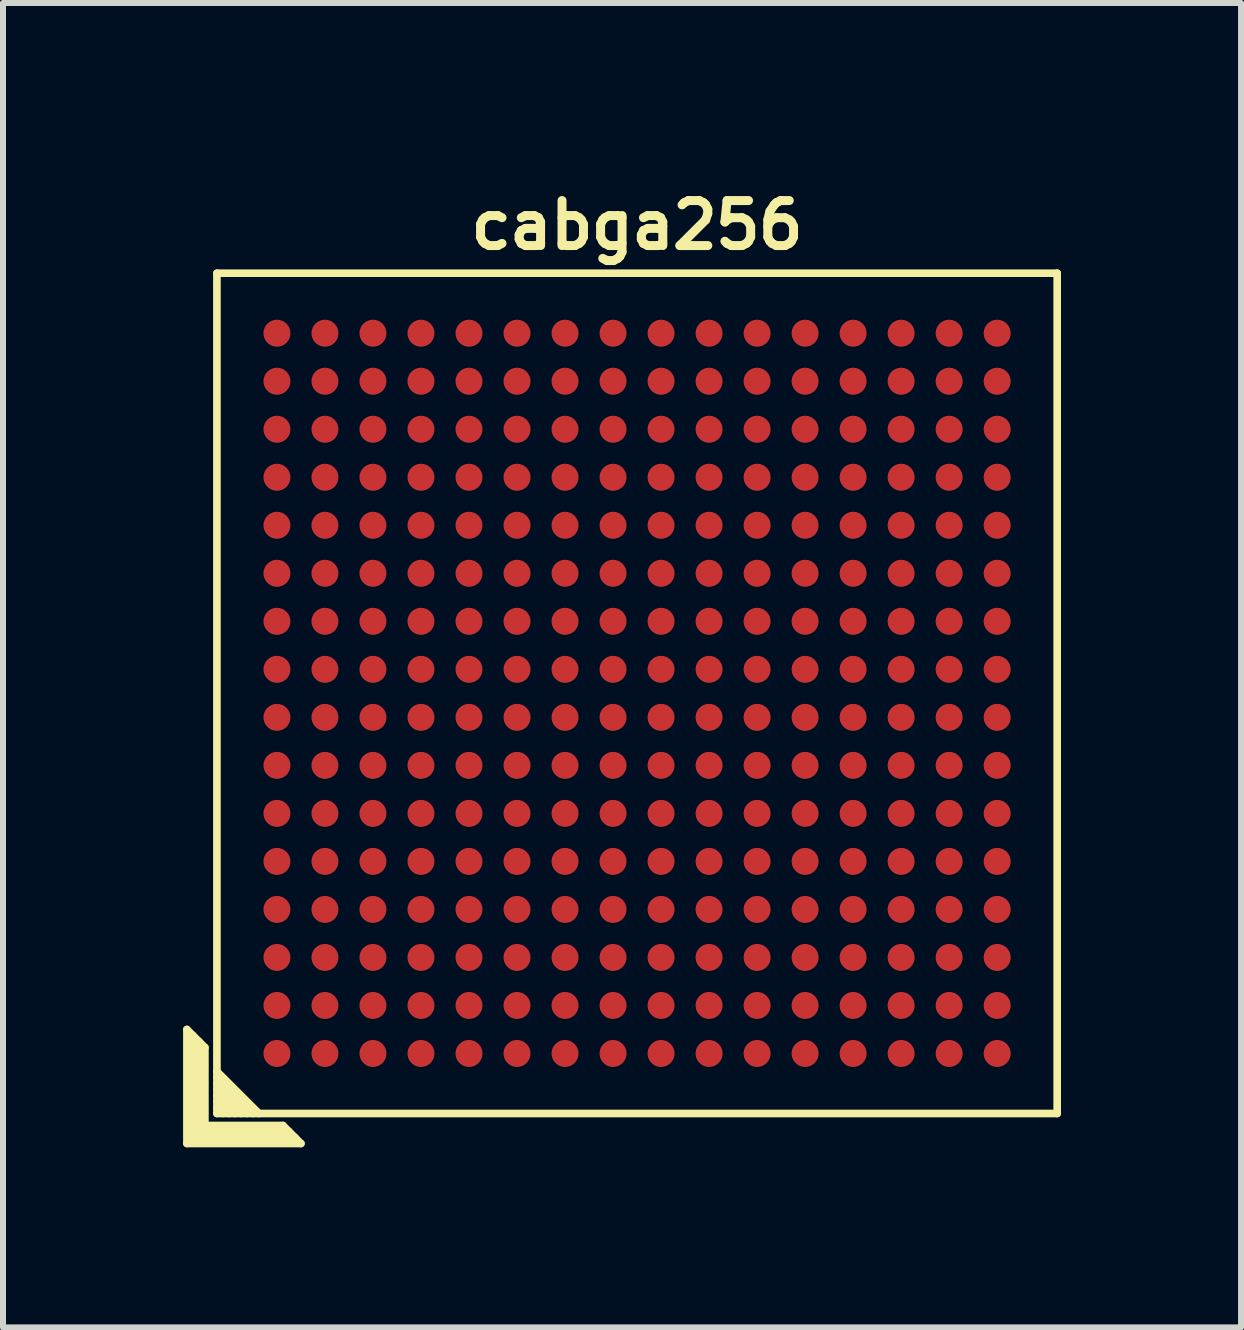
<source format=kicad_pcb>
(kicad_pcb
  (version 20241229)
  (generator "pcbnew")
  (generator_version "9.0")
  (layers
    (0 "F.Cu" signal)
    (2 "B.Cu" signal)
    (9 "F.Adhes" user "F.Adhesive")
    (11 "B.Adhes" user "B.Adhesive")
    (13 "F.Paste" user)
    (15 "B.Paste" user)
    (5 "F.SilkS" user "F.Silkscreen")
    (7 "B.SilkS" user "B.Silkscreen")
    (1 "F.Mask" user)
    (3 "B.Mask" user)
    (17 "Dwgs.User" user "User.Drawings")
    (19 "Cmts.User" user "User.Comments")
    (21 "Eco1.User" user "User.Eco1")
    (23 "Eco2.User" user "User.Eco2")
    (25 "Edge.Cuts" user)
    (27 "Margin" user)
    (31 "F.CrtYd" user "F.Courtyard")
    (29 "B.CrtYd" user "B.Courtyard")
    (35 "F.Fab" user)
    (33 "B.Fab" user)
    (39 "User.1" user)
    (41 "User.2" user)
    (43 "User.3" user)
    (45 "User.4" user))
  (footprint "cabga256"
    (layer "F.Cu")
    (at 7.564 8.502)
    (property "Reference" "cabga256" (at 0 -7.8 0) (layer "F.SilkS") (effects (font (size 0.75 0.75) (thickness 0.15))))
    (attr smd)
    (fp_line (start -7.5 5.6) (end -7.2 5.9) (stroke (width 0.127) (type solid)) (layer "F.SilkS"))
    (fp_line (start -7.5 7.5) (end -7.5 5.6) (stroke (width 0.127) (type solid)) (layer "F.SilkS"))
    (fp_line (start -7.4 7.4) (end -7.4 5.7) (stroke (width 0.127) (type solid)) (layer "F.SilkS"))
    (fp_line (start -7.3 5.8) (end -7.3 7.3) (stroke (width 0.127) (type solid)) (layer "F.SilkS"))
    (fp_line (start -7.3 7.3) (end -5.8 7.3) (stroke (width 0.127) (type solid)) (layer "F.SilkS"))
    (fp_line (start -7.2 5.9) (end -7.2 7.2) (stroke (width 0.127) (type solid)) (layer "F.SilkS"))
    (fp_line (start -7.2 7.2) (end -5.9 7.2) (stroke (width 0.127) (type solid)) (layer "F.SilkS"))
    (fp_line (start -7 -7) (end -7 7) (stroke (width 0.127) (type solid)) (layer "F.SilkS"))
    (fp_line (start -7 -7) (end 7 -7) (stroke (width 0.127) (type solid)) (layer "F.SilkS"))
    (fp_line (start -7 6.4) (end -6.4 7) (stroke (width 0.127) (type solid)) (layer "F.SilkS"))
    (fp_line (start -7 6.6) (end -6.6 7) (stroke (width 0.127) (type solid)) (layer "F.SilkS"))
    (fp_line (start -7 6.8) (end -6.8 7) (stroke (width 0.127) (type solid)) (layer "F.SilkS"))
    (fp_line (start -7 6.9) (end -6.9 7) (stroke (width 0.127) (type solid)) (layer "F.SilkS"))
    (fp_line (start -7 7) (end 7 7) (stroke (width 0.127) (type solid)) (layer "F.SilkS"))
    (fp_line (start -6.7 7) (end -7 6.7) (stroke (width 0.127) (type solid)) (layer "F.SilkS"))
    (fp_line (start -6.5 7) (end -7 6.5) (stroke (width 0.127) (type solid)) (layer "F.SilkS"))
    (fp_line (start -6.3 7) (end -7 6.3) (stroke (width 0.127) (type solid)) (layer "F.SilkS"))
    (fp_line (start -5.9 7.2) (end -5.6 7.5) (stroke (width 0.127) (type solid)) (layer "F.SilkS"))
    (fp_line (start -5.7 7.4) (end -7.4 7.4) (stroke (width 0.127) (type solid)) (layer "F.SilkS"))
    (fp_line (start -5.6 7.5) (end -7.5 7.5) (stroke (width 0.127) (type solid)) (layer "F.SilkS"))
    (fp_line (start 7 -7) (end 7 7) (stroke (width 0.127) (type solid)) (layer "F.SilkS"))
    (pad "A1" smd circle (at -6 6) (size 0.45 0.45) (layers "F.Cu" "F.Mask" "F.Paste"))
    (pad "A2" smd circle (at -6 5.2) (size 0.45 0.45) (layers "F.Cu" "F.Mask" "F.Paste"))
    (pad "A3" smd circle (at -6 4.4) (size 0.45 0.45) (layers "F.Cu" "F.Mask" "F.Paste"))
    (pad "A4" smd circle (at -6 3.6) (size 0.45 0.45) (layers "F.Cu" "F.Mask" "F.Paste"))
    (pad "A5" smd circle (at -6 2.8) (size 0.45 0.45) (layers "F.Cu" "F.Mask" "F.Paste"))
    (pad "A6" smd circle (at -6 2) (size 0.45 0.45) (layers "F.Cu" "F.Mask" "F.Paste"))
    (pad "A7" smd circle (at -6 1.2) (size 0.45 0.45) (layers "F.Cu" "F.Mask" "F.Paste"))
    (pad "A8" smd circle (at -6 0.4) (size 0.45 0.45) (layers "F.Cu" "F.Mask" "F.Paste"))
    (pad "A9" smd circle (at -6 -0.4) (size 0.45 0.45) (layers "F.Cu" "F.Mask" "F.Paste"))
    (pad "A10" smd circle (at -6 -1.2) (size 0.45 0.45) (layers "F.Cu" "F.Mask" "F.Paste"))
    (pad "A11" smd circle (at -6 -2) (size 0.45 0.45) (layers "F.Cu" "F.Mask" "F.Paste"))
    (pad "A12" smd circle (at -6 -2.8) (size 0.45 0.45) (layers "F.Cu" "F.Mask" "F.Paste"))
    (pad "A13" smd circle (at -6 -3.6) (size 0.45 0.45) (layers "F.Cu" "F.Mask" "F.Paste"))
    (pad "A14" smd circle (at -6 -4.4) (size 0.45 0.45) (layers "F.Cu" "F.Mask" "F.Paste"))
    (pad "A15" smd circle (at -6 -5.2) (size 0.45 0.45) (layers "F.Cu" "F.Mask" "F.Paste"))
    (pad "A16" smd circle (at -6 -6) (size 0.45 0.45) (layers "F.Cu" "F.Mask" "F.Paste"))
    (pad "B1" smd circle (at -5.2 6) (size 0.45 0.45) (layers "F.Cu" "F.Mask" "F.Paste"))
    (pad "B2" smd circle (at -5.2 5.2) (size 0.45 0.45) (layers "F.Cu" "F.Mask" "F.Paste"))
    (pad "B3" smd circle (at -5.2 4.4) (size 0.45 0.45) (layers "F.Cu" "F.Mask" "F.Paste"))
    (pad "B4" smd circle (at -5.2 3.6) (size 0.45 0.45) (layers "F.Cu" "F.Mask" "F.Paste"))
    (pad "B5" smd circle (at -5.2 2.8) (size 0.45 0.45) (layers "F.Cu" "F.Mask" "F.Paste"))
    (pad "B6" smd circle (at -5.2 2) (size 0.45 0.45) (layers "F.Cu" "F.Mask" "F.Paste"))
    (pad "B7" smd circle (at -5.2 1.2) (size 0.45 0.45) (layers "F.Cu" "F.Mask" "F.Paste"))
    (pad "B8" smd circle (at -5.2 0.4) (size 0.45 0.45) (layers "F.Cu" "F.Mask" "F.Paste"))
    (pad "B9" smd circle (at -5.2 -0.4) (size 0.45 0.45) (layers "F.Cu" "F.Mask" "F.Paste"))
    (pad "B10" smd circle (at -5.2 -1.2) (size 0.45 0.45) (layers "F.Cu" "F.Mask" "F.Paste"))
    (pad "B11" smd circle (at -5.2 -2) (size 0.45 0.45) (layers "F.Cu" "F.Mask" "F.Paste"))
    (pad "B12" smd circle (at -5.2 -2.8) (size 0.45 0.45) (layers "F.Cu" "F.Mask" "F.Paste"))
    (pad "B13" smd circle (at -5.2 -3.6) (size 0.45 0.45) (layers "F.Cu" "F.Mask" "F.Paste"))
    (pad "B14" smd circle (at -5.2 -4.4) (size 0.45 0.45) (layers "F.Cu" "F.Mask" "F.Paste"))
    (pad "B15" smd circle (at -5.2 -5.2) (size 0.45 0.45) (layers "F.Cu" "F.Mask" "F.Paste"))
    (pad "B16" smd circle (at -5.2 -6) (size 0.45 0.45) (layers "F.Cu" "F.Mask" "F.Paste"))
    (pad "C1" smd circle (at -4.4 6) (size 0.45 0.45) (layers "F.Cu" "F.Mask" "F.Paste"))
    (pad "C2" smd circle (at -4.4 5.2) (size 0.45 0.45) (layers "F.Cu" "F.Mask" "F.Paste"))
    (pad "C3" smd circle (at -4.4 4.4) (size 0.45 0.45) (layers "F.Cu" "F.Mask" "F.Paste"))
    (pad "C4" smd circle (at -4.4 3.6) (size 0.45 0.45) (layers "F.Cu" "F.Mask" "F.Paste"))
    (pad "C5" smd circle (at -4.4 2.8) (size 0.45 0.45) (layers "F.Cu" "F.Mask" "F.Paste"))
    (pad "C6" smd circle (at -4.4 2) (size 0.45 0.45) (layers "F.Cu" "F.Mask" "F.Paste"))
    (pad "C7" smd circle (at -4.4 1.2) (size 0.45 0.45) (layers "F.Cu" "F.Mask" "F.Paste"))
    (pad "C8" smd circle (at -4.4 0.4) (size 0.45 0.45) (layers "F.Cu" "F.Mask" "F.Paste"))
    (pad "C9" smd circle (at -4.4 -0.4) (size 0.45 0.45) (layers "F.Cu" "F.Mask" "F.Paste"))
    (pad "C10" smd circle (at -4.4 -1.2) (size 0.45 0.45) (layers "F.Cu" "F.Mask" "F.Paste"))
    (pad "C11" smd circle (at -4.4 -2) (size 0.45 0.45) (layers "F.Cu" "F.Mask" "F.Paste"))
    (pad "C12" smd circle (at -4.4 -2.8) (size 0.45 0.45) (layers "F.Cu" "F.Mask" "F.Paste"))
    (pad "C13" smd circle (at -4.4 -3.6) (size 0.45 0.45) (layers "F.Cu" "F.Mask" "F.Paste"))
    (pad "C14" smd circle (at -4.4 -4.4) (size 0.45 0.45) (layers "F.Cu" "F.Mask" "F.Paste"))
    (pad "C15" smd circle (at -4.4 -5.2) (size 0.45 0.45) (layers "F.Cu" "F.Mask" "F.Paste"))
    (pad "C16" smd circle (at -4.4 -6) (size 0.45 0.45) (layers "F.Cu" "F.Mask" "F.Paste"))
    (pad "D1" smd circle (at -3.6 6) (size 0.45 0.45) (layers "F.Cu" "F.Mask" "F.Paste"))
    (pad "D2" smd circle (at -3.6 5.2) (size 0.45 0.45) (layers "F.Cu" "F.Mask" "F.Paste"))
    (pad "D3" smd circle (at -3.6 4.4) (size 0.45 0.45) (layers "F.Cu" "F.Mask" "F.Paste"))
    (pad "D4" smd circle (at -3.6 3.6) (size 0.45 0.45) (layers "F.Cu" "F.Mask" "F.Paste"))
    (pad "D5" smd circle (at -3.6 2.8) (size 0.45 0.45) (layers "F.Cu" "F.Mask" "F.Paste"))
    (pad "D6" smd circle (at -3.6 2) (size 0.45 0.45) (layers "F.Cu" "F.Mask" "F.Paste"))
    (pad "D7" smd circle (at -3.6 1.2) (size 0.45 0.45) (layers "F.Cu" "F.Mask" "F.Paste"))
    (pad "D8" smd circle (at -3.6 0.4) (size 0.45 0.45) (layers "F.Cu" "F.Mask" "F.Paste"))
    (pad "D9" smd circle (at -3.6 -0.4) (size 0.45 0.45) (layers "F.Cu" "F.Mask" "F.Paste"))
    (pad "D10" smd circle (at -3.6 -1.2) (size 0.45 0.45) (layers "F.Cu" "F.Mask" "F.Paste"))
    (pad "D11" smd circle (at -3.6 -2) (size 0.45 0.45) (layers "F.Cu" "F.Mask" "F.Paste"))
    (pad "D12" smd circle (at -3.6 -2.8) (size 0.45 0.45) (layers "F.Cu" "F.Mask" "F.Paste"))
    (pad "D13" smd circle (at -3.6 -3.6) (size 0.45 0.45) (layers "F.Cu" "F.Mask" "F.Paste"))
    (pad "D14" smd circle (at -3.6 -4.4) (size 0.45 0.45) (layers "F.Cu" "F.Mask" "F.Paste"))
    (pad "D15" smd circle (at -3.6 -5.2) (size 0.45 0.45) (layers "F.Cu" "F.Mask" "F.Paste"))
    (pad "D16" smd circle (at -3.6 -6) (size 0.45 0.45) (layers "F.Cu" "F.Mask" "F.Paste"))
    (pad "E1" smd circle (at -2.8 6) (size 0.45 0.45) (layers "F.Cu" "F.Mask" "F.Paste"))
    (pad "E2" smd circle (at -2.8 5.2) (size 0.45 0.45) (layers "F.Cu" "F.Mask" "F.Paste"))
    (pad "E3" smd circle (at -2.8 4.4) (size 0.45 0.45) (layers "F.Cu" "F.Mask" "F.Paste"))
    (pad "E4" smd circle (at -2.8 3.6) (size 0.45 0.45) (layers "F.Cu" "F.Mask" "F.Paste"))
    (pad "E5" smd circle (at -2.8 2.8) (size 0.45 0.45) (layers "F.Cu" "F.Mask" "F.Paste"))
    (pad "E6" smd circle (at -2.8 2) (size 0.45 0.45) (layers "F.Cu" "F.Mask" "F.Paste"))
    (pad "E7" smd circle (at -2.8 1.2) (size 0.45 0.45) (layers "F.Cu" "F.Mask" "F.Paste"))
    (pad "E8" smd circle (at -2.8 0.4) (size 0.45 0.45) (layers "F.Cu" "F.Mask" "F.Paste"))
    (pad "E9" smd circle (at -2.8 -0.4) (size 0.45 0.45) (layers "F.Cu" "F.Mask" "F.Paste"))
    (pad "E10" smd circle (at -2.8 -1.2) (size 0.45 0.45) (layers "F.Cu" "F.Mask" "F.Paste"))
    (pad "E11" smd circle (at -2.8 -2) (size 0.45 0.45) (layers "F.Cu" "F.Mask" "F.Paste"))
    (pad "E12" smd circle (at -2.8 -2.8) (size 0.45 0.45) (layers "F.Cu" "F.Mask" "F.Paste"))
    (pad "E13" smd circle (at -2.8 -3.6) (size 0.45 0.45) (layers "F.Cu" "F.Mask" "F.Paste"))
    (pad "E14" smd circle (at -2.8 -4.4) (size 0.45 0.45) (layers "F.Cu" "F.Mask" "F.Paste"))
    (pad "E15" smd circle (at -2.8 -5.2) (size 0.45 0.45) (layers "F.Cu" "F.Mask" "F.Paste"))
    (pad "E16" smd circle (at -2.8 -6) (size 0.45 0.45) (layers "F.Cu" "F.Mask" "F.Paste"))
    (pad "F1" smd circle (at -2 6) (size 0.45 0.45) (layers "F.Cu" "F.Mask" "F.Paste"))
    (pad "F2" smd circle (at -2 5.2) (size 0.45 0.45) (layers "F.Cu" "F.Mask" "F.Paste"))
    (pad "F3" smd circle (at -2 4.4) (size 0.45 0.45) (layers "F.Cu" "F.Mask" "F.Paste"))
    (pad "F4" smd circle (at -2 3.6) (size 0.45 0.45) (layers "F.Cu" "F.Mask" "F.Paste"))
    (pad "F5" smd circle (at -2 2.8) (size 0.45 0.45) (layers "F.Cu" "F.Mask" "F.Paste"))
    (pad "F6" smd circle (at -2 2) (size 0.45 0.45) (layers "F.Cu" "F.Mask" "F.Paste"))
    (pad "F7" smd circle (at -2 1.2) (size 0.45 0.45) (layers "F.Cu" "F.Mask" "F.Paste"))
    (pad "F8" smd circle (at -2 0.4) (size 0.45 0.45) (layers "F.Cu" "F.Mask" "F.Paste"))
    (pad "F9" smd circle (at -2 -0.4) (size 0.45 0.45) (layers "F.Cu" "F.Mask" "F.Paste"))
    (pad "F10" smd circle (at -2 -1.2) (size 0.45 0.45) (layers "F.Cu" "F.Mask" "F.Paste"))
    (pad "F11" smd circle (at -2 -2) (size 0.45 0.45) (layers "F.Cu" "F.Mask" "F.Paste"))
    (pad "F12" smd circle (at -2 -2.8) (size 0.45 0.45) (layers "F.Cu" "F.Mask" "F.Paste"))
    (pad "F13" smd circle (at -2 -3.6) (size 0.45 0.45) (layers "F.Cu" "F.Mask" "F.Paste"))
    (pad "F14" smd circle (at -2 -4.4) (size 0.45 0.45) (layers "F.Cu" "F.Mask" "F.Paste"))
    (pad "F15" smd circle (at -2 -5.2) (size 0.45 0.45) (layers "F.Cu" "F.Mask" "F.Paste"))
    (pad "F16" smd circle (at -2 -6) (size 0.45 0.45) (layers "F.Cu" "F.Mask" "F.Paste"))
    (pad "G1" smd circle (at -1.2 6) (size 0.45 0.45) (layers "F.Cu" "F.Mask" "F.Paste"))
    (pad "G2" smd circle (at -1.2 5.2) (size 0.45 0.45) (layers "F.Cu" "F.Mask" "F.Paste"))
    (pad "G3" smd circle (at -1.2 4.4) (size 0.45 0.45) (layers "F.Cu" "F.Mask" "F.Paste"))
    (pad "G4" smd circle (at -1.2 3.6) (size 0.45 0.45) (layers "F.Cu" "F.Mask" "F.Paste"))
    (pad "G5" smd circle (at -1.2 2.8) (size 0.45 0.45) (layers "F.Cu" "F.Mask" "F.Paste"))
    (pad "G6" smd circle (at -1.2 2) (size 0.45 0.45) (layers "F.Cu" "F.Mask" "F.Paste"))
    (pad "G7" smd circle (at -1.2 1.2) (size 0.45 0.45) (layers "F.Cu" "F.Mask" "F.Paste"))
    (pad "G8" smd circle (at -1.2 0.4) (size 0.45 0.45) (layers "F.Cu" "F.Mask" "F.Paste"))
    (pad "G9" smd circle (at -1.2 -0.4) (size 0.45 0.45) (layers "F.Cu" "F.Mask" "F.Paste"))
    (pad "G10" smd circle (at -1.2 -1.2) (size 0.45 0.45) (layers "F.Cu" "F.Mask" "F.Paste"))
    (pad "G11" smd circle (at -1.2 -2) (size 0.45 0.45) (layers "F.Cu" "F.Mask" "F.Paste"))
    (pad "G12" smd circle (at -1.2 -2.8) (size 0.45 0.45) (layers "F.Cu" "F.Mask" "F.Paste"))
    (pad "G13" smd circle (at -1.2 -3.6) (size 0.45 0.45) (layers "F.Cu" "F.Mask" "F.Paste"))
    (pad "G14" smd circle (at -1.2 -4.4) (size 0.45 0.45) (layers "F.Cu" "F.Mask" "F.Paste"))
    (pad "G15" smd circle (at -1.2 -5.2) (size 0.45 0.45) (layers "F.Cu" "F.Mask" "F.Paste"))
    (pad "G16" smd circle (at -1.2 -6) (size 0.45 0.45) (layers "F.Cu" "F.Mask" "F.Paste"))
    (pad "H1" smd circle (at -0.4 6) (size 0.45 0.45) (layers "F.Cu" "F.Mask" "F.Paste"))
    (pad "H2" smd circle (at -0.4 5.2) (size 0.45 0.45) (layers "F.Cu" "F.Mask" "F.Paste"))
    (pad "H3" smd circle (at -0.4 4.4) (size 0.45 0.45) (layers "F.Cu" "F.Mask" "F.Paste"))
    (pad "H4" smd circle (at -0.4 3.6) (size 0.45 0.45) (layers "F.Cu" "F.Mask" "F.Paste"))
    (pad "H5" smd circle (at -0.4 2.8) (size 0.45 0.45) (layers "F.Cu" "F.Mask" "F.Paste"))
    (pad "H6" smd circle (at -0.4 2) (size 0.45 0.45) (layers "F.Cu" "F.Mask" "F.Paste"))
    (pad "H7" smd circle (at -0.4 1.2) (size 0.45 0.45) (layers "F.Cu" "F.Mask" "F.Paste"))
    (pad "H8" smd circle (at -0.4 0.4) (size 0.45 0.45) (layers "F.Cu" "F.Mask" "F.Paste"))
    (pad "H9" smd circle (at -0.4 -0.4) (size 0.45 0.45) (layers "F.Cu" "F.Mask" "F.Paste"))
    (pad "H10" smd circle (at -0.4 -1.2) (size 0.45 0.45) (layers "F.Cu" "F.Mask" "F.Paste"))
    (pad "H11" smd circle (at -0.4 -2) (size 0.45 0.45) (layers "F.Cu" "F.Mask" "F.Paste"))
    (pad "H12" smd circle (at -0.4 -2.8) (size 0.45 0.45) (layers "F.Cu" "F.Mask" "F.Paste"))
    (pad "H13" smd circle (at -0.4 -3.6) (size 0.45 0.45) (layers "F.Cu" "F.Mask" "F.Paste"))
    (pad "H14" smd circle (at -0.4 -4.4) (size 0.45 0.45) (layers "F.Cu" "F.Mask" "F.Paste"))
    (pad "H15" smd circle (at -0.4 -5.2) (size 0.45 0.45) (layers "F.Cu" "F.Mask" "F.Paste"))
    (pad "H16" smd circle (at -0.4 -6) (size 0.45 0.45) (layers "F.Cu" "F.Mask" "F.Paste"))
    (pad "J1" smd circle (at 0.4 6) (size 0.45 0.45) (layers "F.Cu" "F.Mask" "F.Paste"))
    (pad "J2" smd circle (at 0.4 5.2) (size 0.45 0.45) (layers "F.Cu" "F.Mask" "F.Paste"))
    (pad "J3" smd circle (at 0.4 4.4) (size 0.45 0.45) (layers "F.Cu" "F.Mask" "F.Paste"))
    (pad "J4" smd circle (at 0.4 3.6) (size 0.45 0.45) (layers "F.Cu" "F.Mask" "F.Paste"))
    (pad "J5" smd circle (at 0.4 2.8) (size 0.45 0.45) (layers "F.Cu" "F.Mask" "F.Paste"))
    (pad "J6" smd circle (at 0.4 2) (size 0.45 0.45) (layers "F.Cu" "F.Mask" "F.Paste"))
    (pad "J7" smd circle (at 0.4 1.2) (size 0.45 0.45) (layers "F.Cu" "F.Mask" "F.Paste"))
    (pad "J8" smd circle (at 0.4 0.4) (size 0.45 0.45) (layers "F.Cu" "F.Mask" "F.Paste"))
    (pad "J9" smd circle (at 0.4 -0.4) (size 0.45 0.45) (layers "F.Cu" "F.Mask" "F.Paste"))
    (pad "J10" smd circle (at 0.4 -1.2) (size 0.45 0.45) (layers "F.Cu" "F.Mask" "F.Paste"))
    (pad "J11" smd circle (at 0.4 -2) (size 0.45 0.45) (layers "F.Cu" "F.Mask" "F.Paste"))
    (pad "J12" smd circle (at 0.4 -2.8) (size 0.45 0.45) (layers "F.Cu" "F.Mask" "F.Paste"))
    (pad "J13" smd circle (at 0.4 -3.6) (size 0.45 0.45) (layers "F.Cu" "F.Mask" "F.Paste"))
    (pad "J14" smd circle (at 0.4 -4.4) (size 0.45 0.45) (layers "F.Cu" "F.Mask" "F.Paste"))
    (pad "J15" smd circle (at 0.4 -5.2) (size 0.45 0.45) (layers "F.Cu" "F.Mask" "F.Paste"))
    (pad "J16" smd circle (at 0.4 -6) (size 0.45 0.45) (layers "F.Cu" "F.Mask" "F.Paste"))
    (pad "K1" smd circle (at 1.2 6) (size 0.45 0.45) (layers "F.Cu" "F.Mask" "F.Paste"))
    (pad "K2" smd circle (at 1.2 5.2) (size 0.45 0.45) (layers "F.Cu" "F.Mask" "F.Paste"))
    (pad "K3" smd circle (at 1.2 4.4) (size 0.45 0.45) (layers "F.Cu" "F.Mask" "F.Paste"))
    (pad "K4" smd circle (at 1.2 3.6) (size 0.45 0.45) (layers "F.Cu" "F.Mask" "F.Paste"))
    (pad "K5" smd circle (at 1.2 2.8) (size 0.45 0.45) (layers "F.Cu" "F.Mask" "F.Paste"))
    (pad "K6" smd circle (at 1.2 2) (size 0.45 0.45) (layers "F.Cu" "F.Mask" "F.Paste"))
    (pad "K7" smd circle (at 1.2 1.2) (size 0.45 0.45) (layers "F.Cu" "F.Mask" "F.Paste"))
    (pad "K8" smd circle (at 1.2 0.4) (size 0.45 0.45) (layers "F.Cu" "F.Mask" "F.Paste"))
    (pad "K9" smd circle (at 1.2 -0.4) (size 0.45 0.45) (layers "F.Cu" "F.Mask" "F.Paste"))
    (pad "K10" smd circle (at 1.2 -1.2) (size 0.45 0.45) (layers "F.Cu" "F.Mask" "F.Paste"))
    (pad "K11" smd circle (at 1.2 -2) (size 0.45 0.45) (layers "F.Cu" "F.Mask" "F.Paste"))
    (pad "K12" smd circle (at 1.2 -2.8) (size 0.45 0.45) (layers "F.Cu" "F.Mask" "F.Paste"))
    (pad "K13" smd circle (at 1.2 -3.6) (size 0.45 0.45) (layers "F.Cu" "F.Mask" "F.Paste"))
    (pad "K14" smd circle (at 1.2 -4.4) (size 0.45 0.45) (layers "F.Cu" "F.Mask" "F.Paste"))
    (pad "K15" smd circle (at 1.2 -5.2) (size 0.45 0.45) (layers "F.Cu" "F.Mask" "F.Paste"))
    (pad "K16" smd circle (at 1.2 -6) (size 0.45 0.45) (layers "F.Cu" "F.Mask" "F.Paste"))
    (pad "L1" smd circle (at 2 6) (size 0.45 0.45) (layers "F.Cu" "F.Mask" "F.Paste"))
    (pad "L2" smd circle (at 2 5.2) (size 0.45 0.45) (layers "F.Cu" "F.Mask" "F.Paste"))
    (pad "L3" smd circle (at 2 4.4) (size 0.45 0.45) (layers "F.Cu" "F.Mask" "F.Paste"))
    (pad "L4" smd circle (at 2 3.6) (size 0.45 0.45) (layers "F.Cu" "F.Mask" "F.Paste"))
    (pad "L5" smd circle (at 2 2.8) (size 0.45 0.45) (layers "F.Cu" "F.Mask" "F.Paste"))
    (pad "L6" smd circle (at 2 2) (size 0.45 0.45) (layers "F.Cu" "F.Mask" "F.Paste"))
    (pad "L7" smd circle (at 2 1.2) (size 0.45 0.45) (layers "F.Cu" "F.Mask" "F.Paste"))
    (pad "L8" smd circle (at 2 0.4) (size 0.45 0.45) (layers "F.Cu" "F.Mask" "F.Paste"))
    (pad "L9" smd circle (at 2 -0.4) (size 0.45 0.45) (layers "F.Cu" "F.Mask" "F.Paste"))
    (pad "L10" smd circle (at 2 -1.2) (size 0.45 0.45) (layers "F.Cu" "F.Mask" "F.Paste"))
    (pad "L11" smd circle (at 2 -2) (size 0.45 0.45) (layers "F.Cu" "F.Mask" "F.Paste"))
    (pad "L12" smd circle (at 2 -2.8) (size 0.45 0.45) (layers "F.Cu" "F.Mask" "F.Paste"))
    (pad "L13" smd circle (at 2 -3.6) (size 0.45 0.45) (layers "F.Cu" "F.Mask" "F.Paste"))
    (pad "L14" smd circle (at 2 -4.4) (size 0.45 0.45) (layers "F.Cu" "F.Mask" "F.Paste"))
    (pad "L15" smd circle (at 2 -5.2) (size 0.45 0.45) (layers "F.Cu" "F.Mask" "F.Paste"))
    (pad "L16" smd circle (at 2 -6) (size 0.45 0.45) (layers "F.Cu" "F.Mask" "F.Paste"))
    (pad "M1" smd circle (at 2.8 6) (size 0.45 0.45) (layers "F.Cu" "F.Mask" "F.Paste"))
    (pad "M2" smd circle (at 2.8 5.2) (size 0.45 0.45) (layers "F.Cu" "F.Mask" "F.Paste"))
    (pad "M3" smd circle (at 2.8 4.4) (size 0.45 0.45) (layers "F.Cu" "F.Mask" "F.Paste"))
    (pad "M4" smd circle (at 2.8 3.6) (size 0.45 0.45) (layers "F.Cu" "F.Mask" "F.Paste"))
    (pad "M5" smd circle (at 2.8 2.8) (size 0.45 0.45) (layers "F.Cu" "F.Mask" "F.Paste"))
    (pad "M6" smd circle (at 2.8 2) (size 0.45 0.45) (layers "F.Cu" "F.Mask" "F.Paste"))
    (pad "M7" smd circle (at 2.8 1.2) (size 0.45 0.45) (layers "F.Cu" "F.Mask" "F.Paste"))
    (pad "M8" smd circle (at 2.8 0.4) (size 0.45 0.45) (layers "F.Cu" "F.Mask" "F.Paste"))
    (pad "M9" smd circle (at 2.8 -0.4) (size 0.45 0.45) (layers "F.Cu" "F.Mask" "F.Paste"))
    (pad "M10" smd circle (at 2.8 -1.2) (size 0.45 0.45) (layers "F.Cu" "F.Mask" "F.Paste"))
    (pad "M11" smd circle (at 2.8 -2) (size 0.45 0.45) (layers "F.Cu" "F.Mask" "F.Paste"))
    (pad "M12" smd circle (at 2.8 -2.8) (size 0.45 0.45) (layers "F.Cu" "F.Mask" "F.Paste"))
    (pad "M13" smd circle (at 2.8 -3.6) (size 0.45 0.45) (layers "F.Cu" "F.Mask" "F.Paste"))
    (pad "M14" smd circle (at 2.8 -4.4) (size 0.45 0.45) (layers "F.Cu" "F.Mask" "F.Paste"))
    (pad "M15" smd circle (at 2.8 -5.2) (size 0.45 0.45) (layers "F.Cu" "F.Mask" "F.Paste"))
    (pad "M16" smd circle (at 2.8 -6) (size 0.45 0.45) (layers "F.Cu" "F.Mask" "F.Paste"))
    (pad "N1" smd circle (at 3.6 6) (size 0.45 0.45) (layers "F.Cu" "F.Mask" "F.Paste"))
    (pad "N2" smd circle (at 3.6 5.2) (size 0.45 0.45) (layers "F.Cu" "F.Mask" "F.Paste"))
    (pad "N3" smd circle (at 3.6 4.4) (size 0.45 0.45) (layers "F.Cu" "F.Mask" "F.Paste"))
    (pad "N4" smd circle (at 3.6 3.6) (size 0.45 0.45) (layers "F.Cu" "F.Mask" "F.Paste"))
    (pad "N5" smd circle (at 3.6 2.8) (size 0.45 0.45) (layers "F.Cu" "F.Mask" "F.Paste"))
    (pad "N6" smd circle (at 3.6 2) (size 0.45 0.45) (layers "F.Cu" "F.Mask" "F.Paste"))
    (pad "N7" smd circle (at 3.6 1.2) (size 0.45 0.45) (layers "F.Cu" "F.Mask" "F.Paste"))
    (pad "N8" smd circle (at 3.6 0.4) (size 0.45 0.45) (layers "F.Cu" "F.Mask" "F.Paste"))
    (pad "N9" smd circle (at 3.6 -0.4) (size 0.45 0.45) (layers "F.Cu" "F.Mask" "F.Paste"))
    (pad "N10" smd circle (at 3.6 -1.2) (size 0.45 0.45) (layers "F.Cu" "F.Mask" "F.Paste"))
    (pad "N11" smd circle (at 3.6 -2) (size 0.45 0.45) (layers "F.Cu" "F.Mask" "F.Paste"))
    (pad "N12" smd circle (at 3.6 -2.8) (size 0.45 0.45) (layers "F.Cu" "F.Mask" "F.Paste"))
    (pad "N13" smd circle (at 3.6 -3.6) (size 0.45 0.45) (layers "F.Cu" "F.Mask" "F.Paste"))
    (pad "N14" smd circle (at 3.6 -4.4) (size 0.45 0.45) (layers "F.Cu" "F.Mask" "F.Paste"))
    (pad "N15" smd circle (at 3.6 -5.2) (size 0.45 0.45) (layers "F.Cu" "F.Mask" "F.Paste"))
    (pad "N16" smd circle (at 3.6 -6) (size 0.45 0.45) (layers "F.Cu" "F.Mask" "F.Paste"))
    (pad "P1" smd circle (at 4.4 6) (size 0.45 0.45) (layers "F.Cu" "F.Mask" "F.Paste"))
    (pad "P2" smd circle (at 4.4 5.2) (size 0.45 0.45) (layers "F.Cu" "F.Mask" "F.Paste"))
    (pad "P3" smd circle (at 4.4 4.4) (size 0.45 0.45) (layers "F.Cu" "F.Mask" "F.Paste"))
    (pad "P4" smd circle (at 4.4 3.6) (size 0.45 0.45) (layers "F.Cu" "F.Mask" "F.Paste"))
    (pad "P5" smd circle (at 4.4 2.8) (size 0.45 0.45) (layers "F.Cu" "F.Mask" "F.Paste"))
    (pad "P6" smd circle (at 4.4 2) (size 0.45 0.45) (layers "F.Cu" "F.Mask" "F.Paste"))
    (pad "P7" smd circle (at 4.4 1.2) (size 0.45 0.45) (layers "F.Cu" "F.Mask" "F.Paste"))
    (pad "P8" smd circle (at 4.4 0.4) (size 0.45 0.45) (layers "F.Cu" "F.Mask" "F.Paste"))
    (pad "P9" smd circle (at 4.4 -0.4) (size 0.45 0.45) (layers "F.Cu" "F.Mask" "F.Paste"))
    (pad "P10" smd circle (at 4.4 -1.2) (size 0.45 0.45) (layers "F.Cu" "F.Mask" "F.Paste"))
    (pad "P11" smd circle (at 4.4 -2) (size 0.45 0.45) (layers "F.Cu" "F.Mask" "F.Paste"))
    (pad "P12" smd circle (at 4.4 -2.8) (size 0.45 0.45) (layers "F.Cu" "F.Mask" "F.Paste"))
    (pad "P13" smd circle (at 4.4 -3.6) (size 0.45 0.45) (layers "F.Cu" "F.Mask" "F.Paste"))
    (pad "P14" smd circle (at 4.4 -4.4) (size 0.45 0.45) (layers "F.Cu" "F.Mask" "F.Paste"))
    (pad "P15" smd circle (at 4.4 -5.2) (size 0.45 0.45) (layers "F.Cu" "F.Mask" "F.Paste"))
    (pad "P16" smd circle (at 4.4 -6) (size 0.45 0.45) (layers "F.Cu" "F.Mask" "F.Paste"))
    (pad "R1" smd circle (at 5.2 6) (size 0.45 0.45) (layers "F.Cu" "F.Mask" "F.Paste"))
    (pad "R2" smd circle (at 5.2 5.2) (size 0.45 0.45) (layers "F.Cu" "F.Mask" "F.Paste"))
    (pad "R3" smd circle (at 5.2 4.4) (size 0.45 0.45) (layers "F.Cu" "F.Mask" "F.Paste"))
    (pad "R4" smd circle (at 5.2 3.6) (size 0.45 0.45) (layers "F.Cu" "F.Mask" "F.Paste"))
    (pad "R5" smd circle (at 5.2 2.8) (size 0.45 0.45) (layers "F.Cu" "F.Mask" "F.Paste"))
    (pad "R6" smd circle (at 5.2 2) (size 0.45 0.45) (layers "F.Cu" "F.Mask" "F.Paste"))
    (pad "R7" smd circle (at 5.2 1.2) (size 0.45 0.45) (layers "F.Cu" "F.Mask" "F.Paste"))
    (pad "R8" smd circle (at 5.2 0.4) (size 0.45 0.45) (layers "F.Cu" "F.Mask" "F.Paste"))
    (pad "R9" smd circle (at 5.2 -0.4) (size 0.45 0.45) (layers "F.Cu" "F.Mask" "F.Paste"))
    (pad "R10" smd circle (at 5.2 -1.2) (size 0.45 0.45) (layers "F.Cu" "F.Mask" "F.Paste"))
    (pad "R11" smd circle (at 5.2 -2) (size 0.45 0.45) (layers "F.Cu" "F.Mask" "F.Paste"))
    (pad "R12" smd circle (at 5.2 -2.8) (size 0.45 0.45) (layers "F.Cu" "F.Mask" "F.Paste"))
    (pad "R13" smd circle (at 5.2 -3.6) (size 0.45 0.45) (layers "F.Cu" "F.Mask" "F.Paste"))
    (pad "R14" smd circle (at 5.2 -4.4) (size 0.45 0.45) (layers "F.Cu" "F.Mask" "F.Paste"))
    (pad "R15" smd circle (at 5.2 -5.2) (size 0.45 0.45) (layers "F.Cu" "F.Mask" "F.Paste"))
    (pad "R16" smd circle (at 5.2 -6) (size 0.45 0.45) (layers "F.Cu" "F.Mask" "F.Paste"))
    (pad "T1" smd circle (at 6 6) (size 0.45 0.45) (layers "F.Cu" "F.Mask" "F.Paste"))
    (pad "T2" smd circle (at 6 5.2) (size 0.45 0.45) (layers "F.Cu" "F.Mask" "F.Paste"))
    (pad "T3" smd circle (at 6 4.4) (size 0.45 0.45) (layers "F.Cu" "F.Mask" "F.Paste"))
    (pad "T4" smd circle (at 6 3.6) (size 0.45 0.45) (layers "F.Cu" "F.Mask" "F.Paste"))
    (pad "T5" smd circle (at 6 2.8) (size 0.45 0.45) (layers "F.Cu" "F.Mask" "F.Paste"))
    (pad "T6" smd circle (at 6 2) (size 0.45 0.45) (layers "F.Cu" "F.Mask" "F.Paste"))
    (pad "T7" smd circle (at 6 1.2) (size 0.45 0.45) (layers "F.Cu" "F.Mask" "F.Paste"))
    (pad "T8" smd circle (at 6 0.4) (size 0.45 0.45) (layers "F.Cu" "F.Mask" "F.Paste"))
    (pad "T9" smd circle (at 6 -0.4) (size 0.45 0.45) (layers "F.Cu" "F.Mask" "F.Paste"))
    (pad "T10" smd circle (at 6 -1.2) (size 0.45 0.45) (layers "F.Cu" "F.Mask" "F.Paste"))
    (pad "T11" smd circle (at 6 -2) (size 0.45 0.45) (layers "F.Cu" "F.Mask" "F.Paste"))
    (pad "T12" smd circle (at 6 -2.8) (size 0.45 0.45) (layers "F.Cu" "F.Mask" "F.Paste"))
    (pad "T13" smd circle (at 6 -3.6) (size 0.45 0.45) (layers "F.Cu" "F.Mask" "F.Paste"))
    (pad "T14" smd circle (at 6 -4.4) (size 0.45 0.45) (layers "F.Cu" "F.Mask" "F.Paste"))
    (pad "T15" smd circle (at 6 -5.2) (size 0.45 0.45) (layers "F.Cu" "F.Mask" "F.Paste"))
    (pad "T16" smd circle (at 6 -6) (size 0.45 0.45) (layers "F.Cu" "F.Mask" "F.Paste")))
  (gr_rect
    (start -3 -3)
    (end 17.627 19.066)
    (stroke (width 0.1) (type default))
    (fill no)
    (layer "Edge.Cuts")))
</source>
